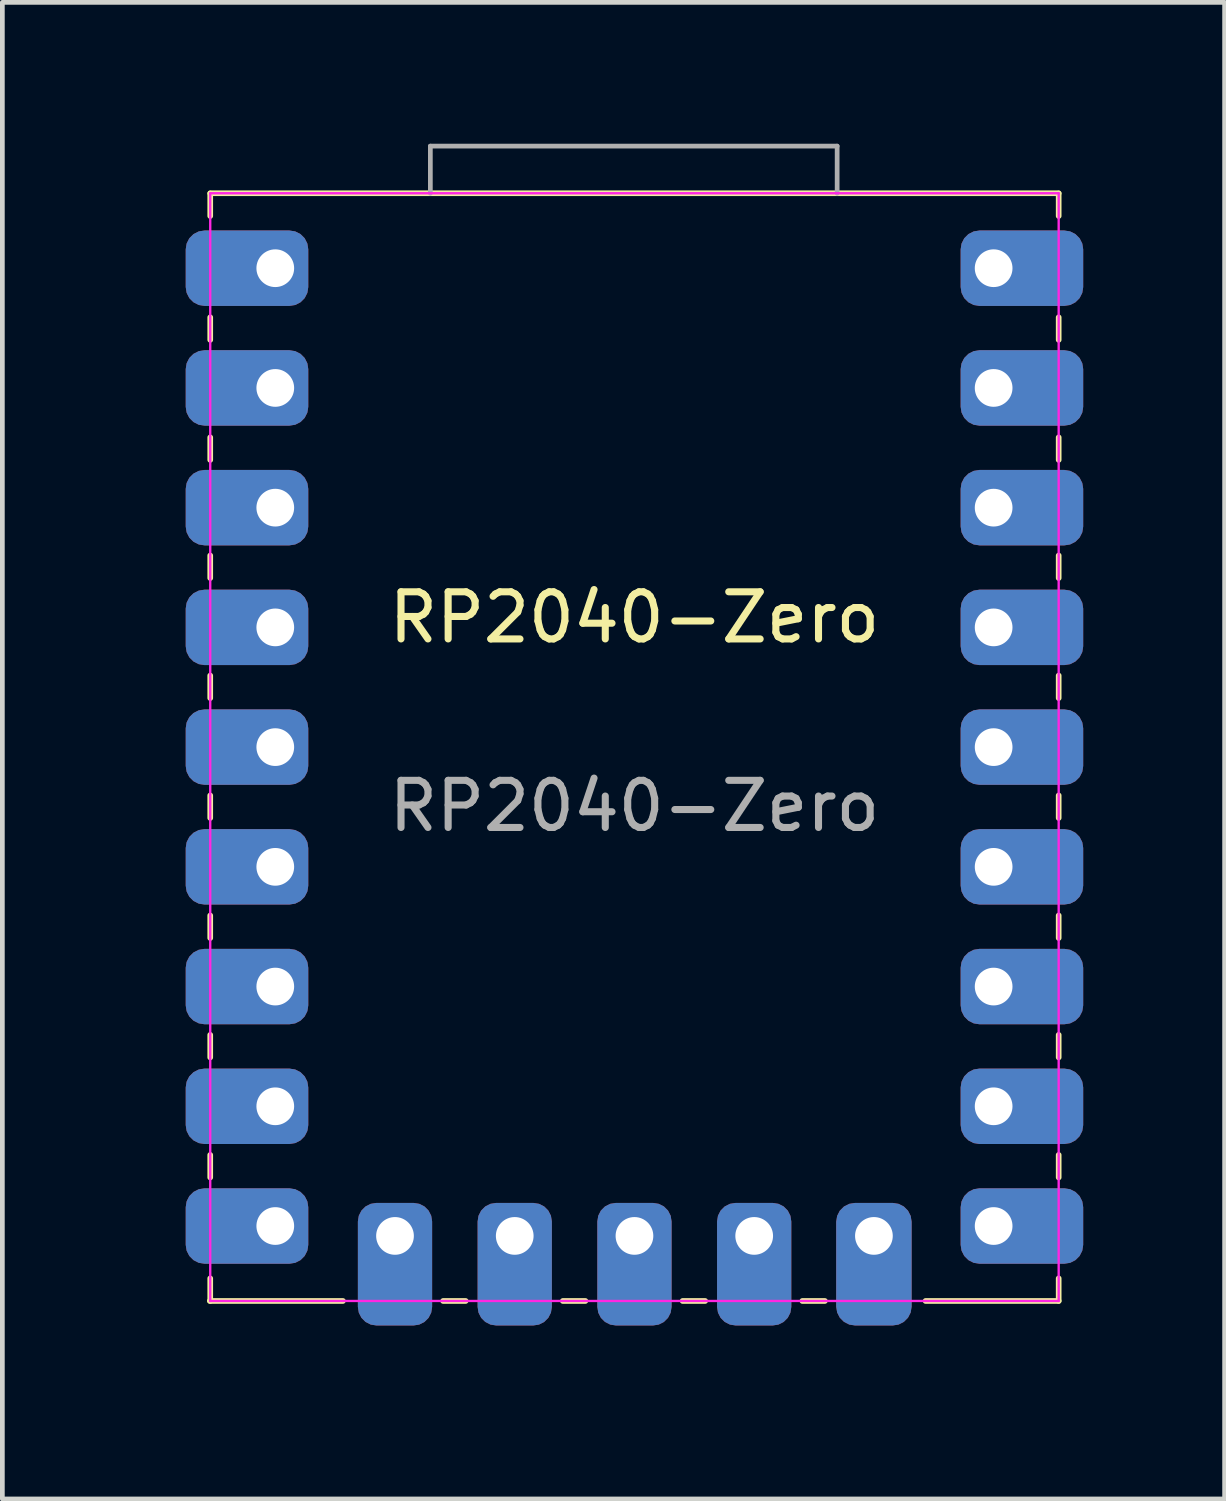
<source format=kicad_pcb>
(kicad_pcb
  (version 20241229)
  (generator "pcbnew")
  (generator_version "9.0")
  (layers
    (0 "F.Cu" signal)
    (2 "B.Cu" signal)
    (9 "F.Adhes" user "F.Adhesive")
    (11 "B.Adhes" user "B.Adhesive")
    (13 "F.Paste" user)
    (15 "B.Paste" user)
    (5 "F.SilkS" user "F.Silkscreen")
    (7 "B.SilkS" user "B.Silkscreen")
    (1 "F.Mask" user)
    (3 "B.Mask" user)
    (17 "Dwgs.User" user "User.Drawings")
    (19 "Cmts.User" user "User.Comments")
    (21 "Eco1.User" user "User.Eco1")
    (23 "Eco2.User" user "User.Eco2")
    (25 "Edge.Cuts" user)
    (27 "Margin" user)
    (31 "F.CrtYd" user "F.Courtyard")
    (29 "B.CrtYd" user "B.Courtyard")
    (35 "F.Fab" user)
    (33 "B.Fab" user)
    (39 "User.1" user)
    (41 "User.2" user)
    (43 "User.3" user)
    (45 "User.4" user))
  (footprint "RP2040-Zero"
    (layer "F.Cu")
    (at 0.25 25.5)
    (property "Reference" "RP2040-Zero" (at 10.16 -15.45 0) (layer "F.SilkS") (effects (font (size 1 1) (thickness 0.15))))
    (attr through_hole)
    (fp_line (start 1.151 -0.95) (end 3.975 -0.95) (stroke (width 0.12) (type solid)) (layer "F.SilkS"))
    (fp_line (start 1.16 -24.445) (end 1.16 -23.967) (stroke (width 0.12) (type solid)) (layer "F.SilkS"))
    (fp_line (start 1.16 -21.818) (end 1.16 -21.34) (stroke (width 0.12) (type solid)) (layer "F.SilkS"))
    (fp_line (start 1.16 -19.271) (end 1.16 -18.793) (stroke (width 0.12) (type solid)) (layer "F.SilkS"))
    (fp_line (start 1.16 -16.765) (end 1.16 -16.287) (stroke (width 0.12) (type solid)) (layer "F.SilkS"))
    (fp_line (start 1.16 -14.218) (end 1.16 -13.74) (stroke (width 0.12) (type solid)) (layer "F.SilkS"))
    (fp_line (start 1.16 -11.675) (end 1.16 -11.197) (stroke (width 0.12) (type solid)) (layer "F.SilkS"))
    (fp_line (start 1.16 -9.128) (end 1.16 -8.65) (stroke (width 0.12) (type solid)) (layer "F.SilkS"))
    (fp_line (start 1.16 -6.595) (end 1.16 -6.117) (stroke (width 0.12) (type solid)) (layer "F.SilkS"))
    (fp_line (start 1.16 -4.048) (end 1.16 -3.57) (stroke (width 0.12) (type solid)) (layer "F.SilkS"))
    (fp_line (start 1.16 -1.429) (end 1.16 -0.951) (stroke (width 0.12) (type solid)) (layer "F.SilkS"))
    (fp_line (start 6.101 -0.95) (end 6.579 -0.95) (stroke (width 0.12) (type solid)) (layer "F.SilkS"))
    (fp_line (start 8.641 -0.95) (end 9.119 -0.95) (stroke (width 0.12) (type solid)) (layer "F.SilkS"))
    (fp_line (start 11.182 -0.95) (end 11.66 -0.95) (stroke (width 0.12) (type solid)) (layer "F.SilkS"))
    (fp_line (start 13.722 -0.95) (end 14.2 -0.95) (stroke (width 0.12) (type solid)) (layer "F.SilkS"))
    (fp_line (start 16.336 -0.95) (end 19.16 -0.95) (stroke (width 0.12) (type solid)) (layer "F.SilkS"))
    (fp_line (start 19.16 -24.45) (end 1.16 -24.45) (stroke (width 0.12) (type solid)) (layer "F.SilkS"))
    (fp_line (start 19.16 -24.445) (end 19.16 -23.967) (stroke (width 0.12) (type solid)) (layer "F.SilkS"))
    (fp_line (start 19.16 -21.818) (end 19.16 -21.34) (stroke (width 0.12) (type solid)) (layer "F.SilkS"))
    (fp_line (start 19.16 -19.271) (end 19.16 -18.793) (stroke (width 0.12) (type solid)) (layer "F.SilkS"))
    (fp_line (start 19.16 -16.765) (end 19.16 -16.287) (stroke (width 0.12) (type solid)) (layer "F.SilkS"))
    (fp_line (start 19.16 -14.218) (end 19.16 -13.74) (stroke (width 0.12) (type solid)) (layer "F.SilkS"))
    (fp_line (start 19.16 -11.675) (end 19.16 -11.197) (stroke (width 0.12) (type solid)) (layer "F.SilkS"))
    (fp_line (start 19.16 -9.128) (end 19.16 -8.65) (stroke (width 0.12) (type solid)) (layer "F.SilkS"))
    (fp_line (start 19.16 -6.595) (end 19.16 -6.117) (stroke (width 0.12) (type solid)) (layer "F.SilkS"))
    (fp_line (start 19.16 -4.048) (end 19.16 -3.57) (stroke (width 0.12) (type solid)) (layer "F.SilkS"))
    (fp_line (start 19.16 -1.429) (end 19.16 -0.951) (stroke (width 0.12) (type solid)) (layer "F.SilkS"))
    (fp_line (start 1.16 -24.45) (end 19.16 -24.45) (stroke (width 0.05) (type solid)) (layer "F.CrtYd"))
    (fp_line (start 1.16 -0.95) (end 1.16 -24.45) (stroke (width 0.05) (type solid)) (layer "F.CrtYd"))
    (fp_line (start 19.16 -24.45) (end 19.16 -0.95) (stroke (width 0.05) (type solid)) (layer "F.CrtYd"))
    (fp_line (start 19.16 -0.95) (end 1.16 -0.95) (stroke (width 0.05) (type solid)) (layer "F.CrtYd"))
    (fp_line (start 5.83 -25.45) (end 5.83 -24.45) (stroke (width 0.1) (type solid)) (layer "F.Fab"))
    (fp_line (start 5.83 -25.45) (end 14.46 -25.45) (stroke (width 0.1) (type solid)) (layer "F.Fab"))
    (fp_line (start 14.46 -25.45) (end 14.46 -24.45) (stroke (width 0.1) (type solid)) (layer "F.Fab"))
    (fp_text user "${REFERENCE}" (at 10.16 -11.45 0) (unlocked yes) (layer "F.Fab") (effects (font (size 1 1) (thickness 0.15))))
    (pad "1" thru_hole roundrect (at 17.78 -22.86) (size 2.6 1.6) (drill 0.8 (offset 0.6 0)) (layers "*.Cu" "*.Mask") (roundrect_rratio 0.25))
    (pad "2" thru_hole roundrect (at 17.78 -20.32) (size 2.6 1.6) (drill 0.8 (offset 0.6 0)) (layers "*.Cu" "*.Mask") (roundrect_rratio 0.25))
    (pad "3" thru_hole roundrect (at 17.78 -17.78) (size 2.6 1.6) (drill 0.8 (offset 0.6 0)) (layers "*.Cu" "*.Mask") (roundrect_rratio 0.25))
    (pad "4" thru_hole roundrect (at 17.78 -15.24) (size 2.6 1.6) (drill 0.8 (offset 0.6 0)) (layers "*.Cu" "*.Mask") (roundrect_rratio 0.25))
    (pad "5" thru_hole roundrect (at 17.78 -12.7) (size 2.6 1.6) (drill 0.8 (offset 0.6 0)) (layers "*.Cu" "*.Mask") (roundrect_rratio 0.25))
    (pad "6" thru_hole roundrect (at 17.78 -10.16) (size 2.6 1.6) (drill 0.8 (offset 0.6 0)) (layers "*.Cu" "*.Mask") (roundrect_rratio 0.25))
    (pad "7" thru_hole roundrect (at 17.78 -7.62) (size 2.6 1.6) (drill 0.8 (offset 0.6 0)) (layers "*.Cu" "*.Mask") (roundrect_rratio 0.25))
    (pad "8" thru_hole roundrect (at 17.78 -5.08) (size 2.6 1.6) (drill 0.8 (offset 0.6 0)) (layers "*.Cu" "*.Mask") (roundrect_rratio 0.25))
    (pad "9" thru_hole roundrect (at 17.78 -2.54) (size 2.6 1.6) (drill 0.8 (offset 0.6 0)) (layers "*.Cu" "*.Mask") (roundrect_rratio 0.25))
    (pad "10" thru_hole roundrect (at 15.24 -2.33) (size 1.6 2.6) (drill 0.8 (offset 0 0.6)) (layers "*.Cu" "*.Mask") (roundrect_rratio 0.25))
    (pad "11" thru_hole roundrect (at 12.7 -2.33) (size 1.575 2.6) (drill 0.8 (offset 0 0.6)) (layers "*.Cu" "*.Mask") (roundrect_rratio 0.25))
    (pad "12" thru_hole roundrect (at 10.16 -2.33) (size 1.575 2.6) (drill 0.8 (offset 0 0.6)) (layers "*.Cu" "*.Mask") (roundrect_rratio 0.25))
    (pad "13" thru_hole roundrect (at 7.62 -2.33) (size 1.575 2.6) (drill 0.8 (offset 0 0.6)) (layers "*.Cu" "*.Mask") (roundrect_rratio 0.25))
    (pad "14" thru_hole roundrect (at 5.08 -2.33) (size 1.575 2.6) (drill 0.8 (offset 0 0.6)) (layers "*.Cu" "*.Mask") (roundrect_rratio 0.25))
    (pad "15" thru_hole roundrect (at 2.54 -2.54) (size 2.6 1.6) (drill 0.8 (offset -0.6 0)) (layers "*.Cu" "*.Mask") (roundrect_rratio 0.25))
    (pad "16" thru_hole roundrect (at 2.54 -5.08) (size 2.6 1.6) (drill 0.8 (offset -0.6 0)) (layers "*.Cu" "*.Mask") (roundrect_rratio 0.25))
    (pad "17" thru_hole roundrect (at 2.54 -7.62) (size 2.6 1.6) (drill 0.8 (offset -0.6 0)) (layers "*.Cu" "*.Mask") (roundrect_rratio 0.25))
    (pad "18" thru_hole roundrect (at 2.54 -10.16) (size 2.6 1.6) (drill 0.8 (offset -0.6 0)) (layers "*.Cu" "*.Mask") (roundrect_rratio 0.25))
    (pad "19" thru_hole roundrect (at 2.54 -12.7) (size 2.6 1.6) (drill 0.8 (offset -0.6 0)) (layers "*.Cu" "*.Mask") (roundrect_rratio 0.25))
    (pad "20" thru_hole roundrect (at 2.54 -15.24) (size 2.6 1.6) (drill 0.8 (offset -0.6 0)) (layers "*.Cu" "*.Mask") (roundrect_rratio 0.25))
    (pad "21" thru_hole roundrect (at 2.54 -17.78) (size 2.6 1.6) (drill 0.8 (offset -0.6 0)) (layers "*.Cu" "*.Mask") (roundrect_rratio 0.25))
    (pad "22" thru_hole roundrect (at 2.54 -20.32) (size 2.6 1.6) (drill 0.8 (offset -0.6 0)) (layers "*.Cu" "*.Mask") (roundrect_rratio 0.25))
    (pad "23" thru_hole roundrect (at 2.54 -22.86) (size 2.6 1.6) (drill 0.8 (offset -0.6 0)) (layers "*.Cu" "*.Mask") (roundrect_rratio 0.25)))
  (gr_rect
    (start -3 -3)
    (end 22.93 28.75)
    (stroke (width 0.1) (type default))
    (fill no)
    (layer "Edge.Cuts")))
</source>
